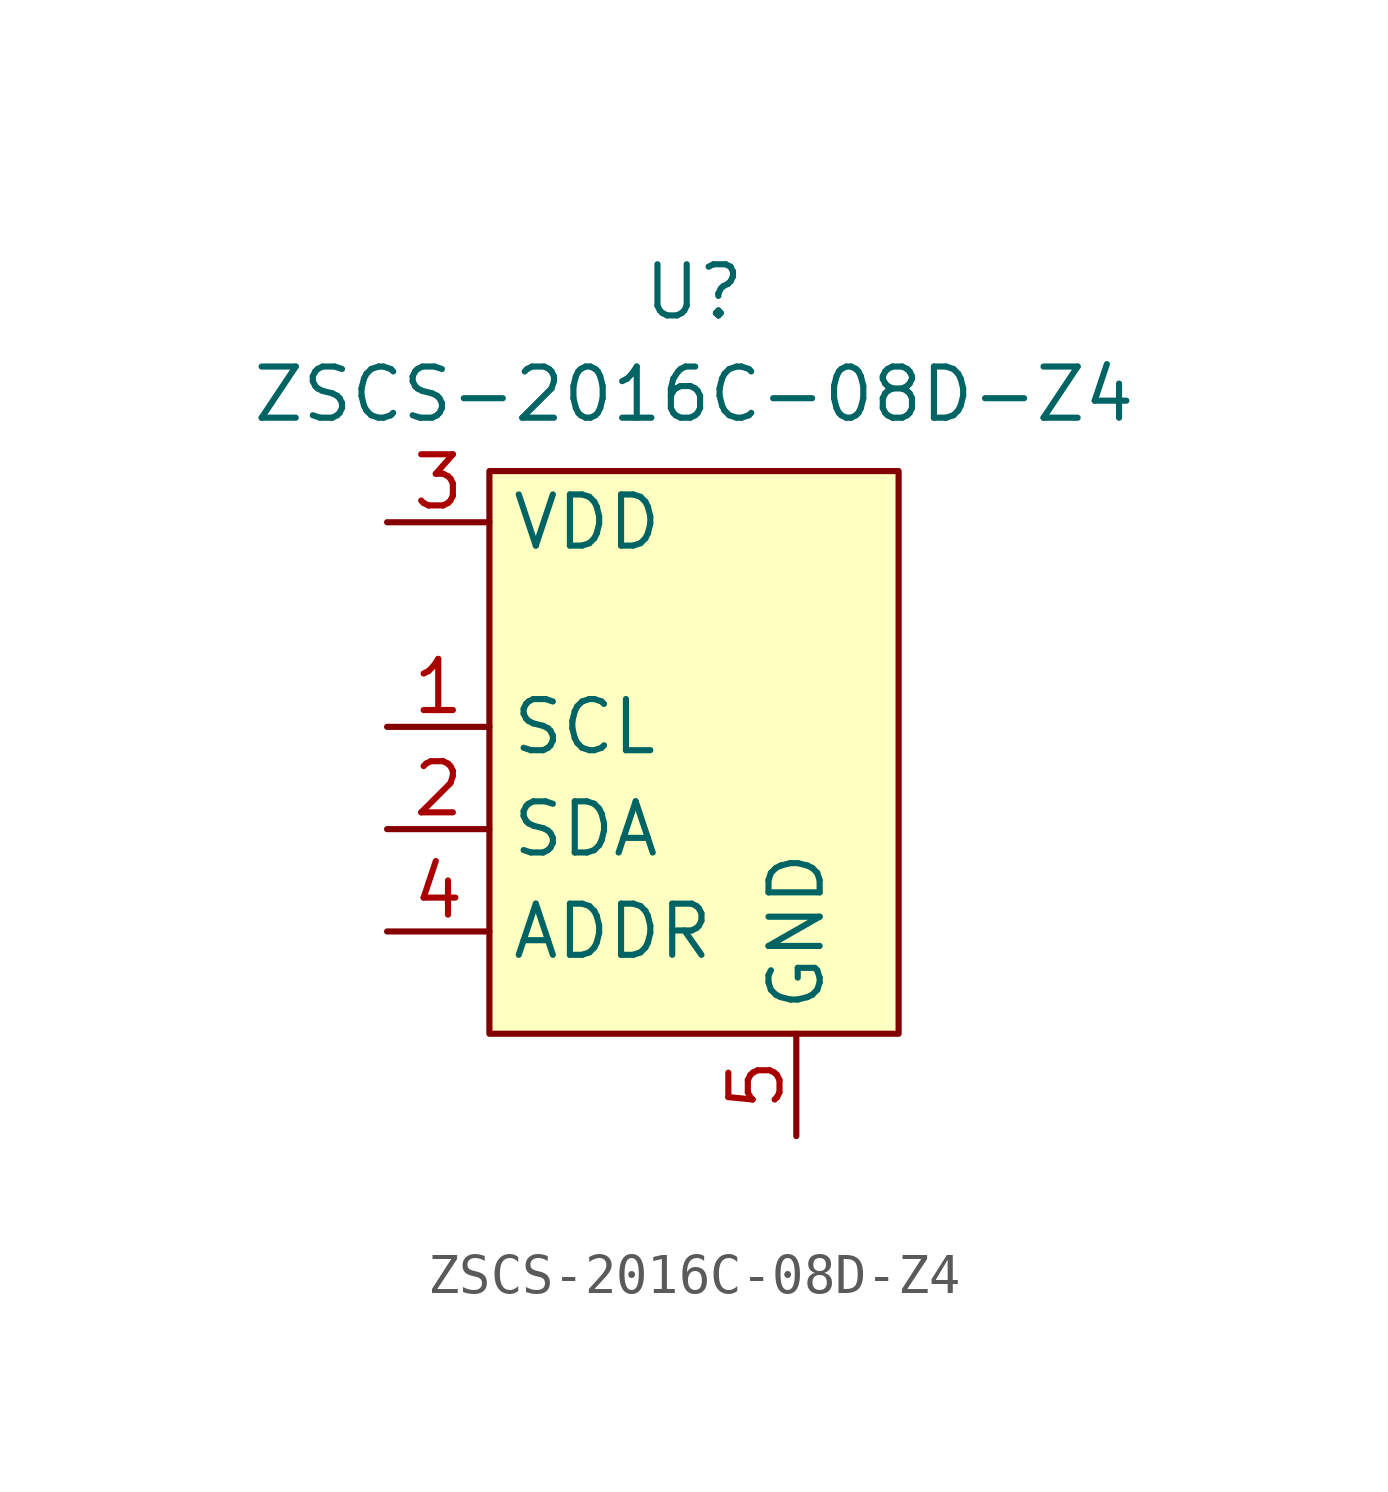
<source format=kicad_sym>
(kicad_symbol_lib
  (version 20241209)
  (generator "kicad_symbol_editor")
  (generator_version "9.0")
  (symbol "ZSCS-2016C-08D-Z4"
    (property "Reference" "U"
      (at 0 4.445 0)
      (effects (font (size 1.27 1.27))))
    (property "Value" "ZSCS-2016C-08D-Z4"
      (at 0 1.905 0)
      (effects (font (size 1.27 1.27))))
    (symbol "ZSCS-2016C-08D-Z4_1_1"
      (rectangle (start -5.08 0) (end 5.08 -13.97) (stroke (width 0) (type default)) (fill (type background)))
      (pin power_in line (at -7.62 -1.27 0) (length 2.54) (name "VDD" (effects (font (size 1.27 1.27)))) (number "3" (effects (font (size 1.27 1.27)))))
      (pin input line (at -7.62 -6.35 0) (length 2.54) (name "SCL" (effects (font (size 1.27 1.27)))) (number "1" (effects (font (size 1.27 1.27)))))
      (pin bidirectional line (at -7.62 -8.89 0) (length 2.54) (name "SDA" (effects (font (size 1.27 1.27)))) (number "2" (effects (font (size 1.27 1.27)))))
      (pin input line (at -7.62 -11.43 0) (length 2.54) (name "ADDR" (effects (font (size 1.27 1.27)))) (number "4" (effects (font (size 1.27 1.27)))))
      (pin power_in line (at 2.54 -16.51 90) (length 2.54) (name "GND" (effects (font (size 1.27 1.27)))) (number "5" (effects (font (size 1.27 1.27))))))))
</source>
